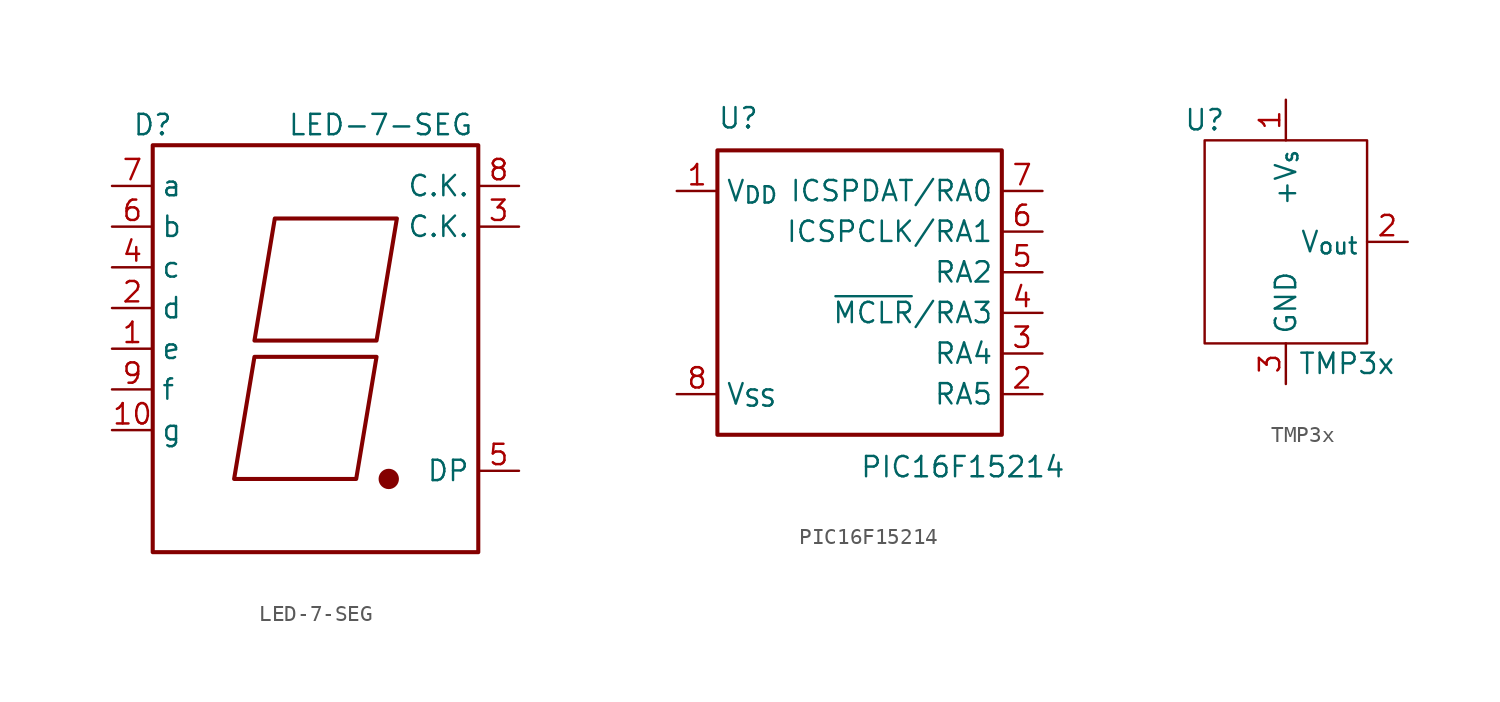
<source format=kicad_sym>
(kicad_symbol_lib
  (version 20220914)
  (generator kicad_symbol_editor)
  (symbol "LED-7-SEG"
    (property "Reference" "D"
      (at -10.16 13.97 0)
      (effects (font (size 1.27 1.27))))
    (property "Value" "LED-7-SEG"
      (at 4.064 13.97 0)
      (effects (font (size 1.27 1.27))))
    (symbol "LED-7-SEG_0_1"
      (rectangle (start -10.16 12.7) (end 10.16 -12.7) (stroke (width 0.254) (type default)) (fill (type none)))
      (polyline (pts (xy -3.81 -0.508) (xy 3.81 -0.508) (xy 2.54 -8.128) (xy -5.08 -8.128) (xy -3.81 -0.508) (xy -3.81 -0.508)) (stroke (width 0.254) (type default)) (fill (type none)))
      (polyline (pts (xy -2.54 8.128) (xy 5.08 8.128) (xy 3.81 0.508) (xy -3.81 0.508) (xy -2.54 8.128) (xy -2.54 8.128)) (stroke (width 0.254) (type default)) (fill (type none)))
      (circle (center 4.572 -8.128) (radius 0.508) (stroke (width 0.254) (type default)) (fill (type outline))))
    (symbol "LED-7-SEG_1_1"
      (pin passive line (at -12.7 0 0) (length 2.54) (name "e" (effects (font (size 1.27 1.27)))) (number "1" (effects (font (size 1.27 1.27)))))
      (pin passive line (at -12.7 -5.08 0) (length 2.54) (name "g" (effects (font (size 1.27 1.27)))) (number "10" (effects (font (size 1.27 1.27)))))
      (pin passive line (at -12.7 2.54 0) (length 2.54) (name "d" (effects (font (size 1.27 1.27)))) (number "2" (effects (font (size 1.27 1.27)))))
      (pin passive line (at 12.7 7.62 180) (length 2.54) (name "C.K." (effects (font (size 1.27 1.27)))) (number "3" (effects (font (size 1.27 1.27)))))
      (pin passive line (at -12.7 5.08 0) (length 2.54) (name "c" (effects (font (size 1.27 1.27)))) (number "4" (effects (font (size 1.27 1.27)))))
      (pin passive line (at 12.7 -7.62 180) (length 2.54) (name "DP" (effects (font (size 1.27 1.27)))) (number "5" (effects (font (size 1.27 1.27)))))
      (pin passive line (at -12.7 7.62 0) (length 2.54) (name "b" (effects (font (size 1.27 1.27)))) (number "6" (effects (font (size 1.27 1.27)))))
      (pin passive line (at -12.7 10.16 0) (length 2.54) (name "a" (effects (font (size 1.27 1.27)))) (number "7" (effects (font (size 1.27 1.27)))))
      (pin passive line (at 12.7 10.16 180) (length 2.54) (name "C.K." (effects (font (size 1.27 1.27)))) (number "8" (effects (font (size 1.27 1.27)))))
      (pin passive line (at -12.7 -2.54 0) (length 2.54) (name "f" (effects (font (size 1.27 1.27)))) (number "9" (effects (font (size 1.27 1.27)))))))
  (symbol "PIC16F15214"
    (property "Reference" "U"
      (at -8.89 10.16 0)
      (effects (font (size 1.27 1.27)) (justify left bottom)))
    (property "Value" "PIC16F15214"
      (at 0 -10.16 0)
      (effects (font (size 1.27 1.27)) (justify left top)))
    (symbol "PIC16F15214_0_1"
      (rectangle (start -8.89 8.89) (end 8.89 -8.89) (stroke (width 0.254) (type default)) (fill (type none))))
    (symbol "PIC16F15214_1_1"
      (pin power_in line (at -11.43 6.35 0) (length 2.54) (name "V_{DD}" (effects (font (size 1.27 1.27)))) (number "1" (effects (font (size 1.27 1.27)))))
      (pin bidirectional line (at 11.43 -6.35 180) (length 2.54) (name "RA5" (effects (font (size 1.27 1.27)))) (number "2" (effects (font (size 1.27 1.27)))))
      (pin bidirectional line (at 11.43 -3.81 180) (length 2.54) (name "RA4" (effects (font (size 1.27 1.27)))) (number "3" (effects (font (size 1.27 1.27)))))
      (pin bidirectional line (at 11.43 -1.27 180) (length 2.54) (name "~{MCLR}/RA3" (effects (font (size 1.27 1.27)))) (number "4" (effects (font (size 1.27 1.27)))))
      (pin bidirectional line (at 11.43 1.27 180) (length 2.54) (name "RA2" (effects (font (size 1.27 1.27)))) (number "5" (effects (font (size 1.27 1.27)))))
      (pin bidirectional line (at 11.43 3.81 180) (length 2.54) (name "ICSPCLK/RA1" (effects (font (size 1.27 1.27)))) (number "6" (effects (font (size 1.27 1.27)))))
      (pin bidirectional line (at 11.43 6.35 180) (length 2.54) (name "ICSPDAT/RA0" (effects (font (size 1.27 1.27)))) (number "7" (effects (font (size 1.27 1.27)))))
      (pin power_in line (at -11.43 -6.35 0) (length 2.54) (name "V_{SS}" (effects (font (size 1.27 1.27)))) (number "8" (effects (font (size 1.27 1.27)))))))
  (symbol "TMP3x"
    (property "Reference" "U"
      (at -5.08 7.62 0)
      (effects (font (size 1.27 1.27))))
    (property "Value" "TMP3x"
      (at 3.81 -7.62 0)
      (effects (font (size 1.27 1.27))))
    (symbol "TMP3x_0_1"
      (rectangle (start -5.08 6.35) (end 5.08 -6.35) (stroke (width 0) (type default)) (fill (type none))))
    (symbol "TMP3x_1_1"
      (pin power_in line (at 0 8.89 270) (length 2.54) (name "+V_{s}" (effects (font (size 1.27 1.27)))) (number "1" (effects (font (size 1.27 1.27)))))
      (pin output line (at 7.62 0 180) (length 2.54) (name "V_{out}" (effects (font (size 1.27 1.27)))) (number "2" (effects (font (size 1.27 1.27)))))
      (pin power_in line (at 0 -8.89 90) (length 2.54) (name "GND" (effects (font (size 1.27 1.27)))) (number "3" (effects (font (size 1.27 1.27))))))))
</source>
